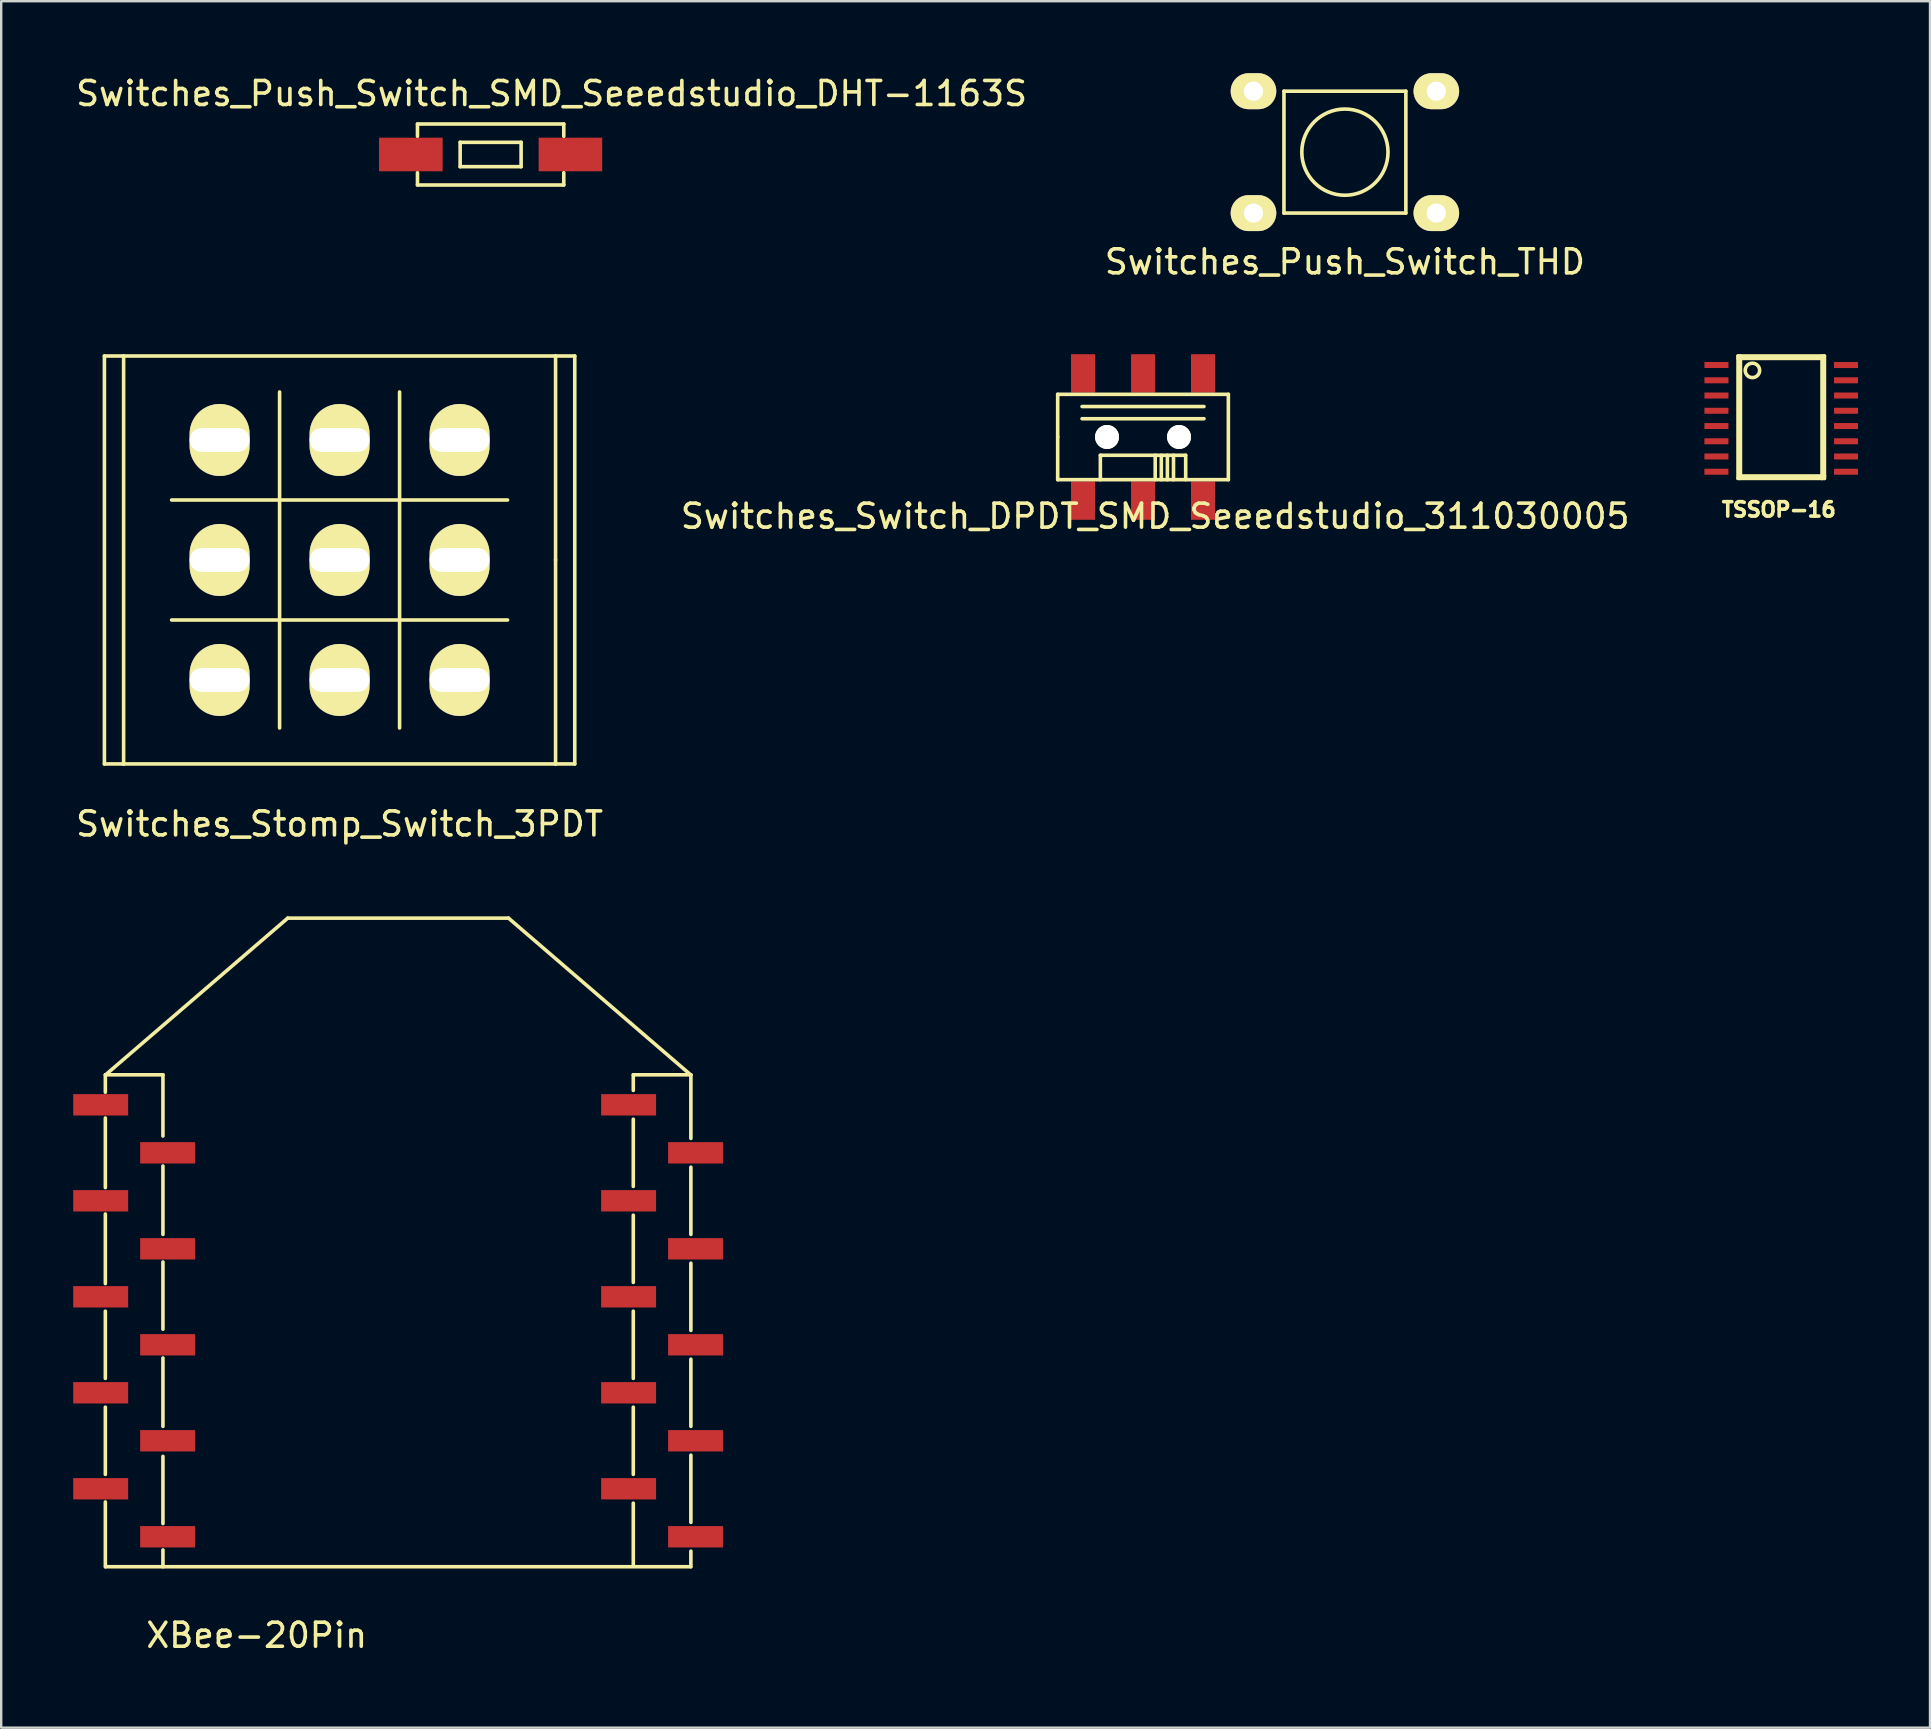
<source format=kicad_pcb>
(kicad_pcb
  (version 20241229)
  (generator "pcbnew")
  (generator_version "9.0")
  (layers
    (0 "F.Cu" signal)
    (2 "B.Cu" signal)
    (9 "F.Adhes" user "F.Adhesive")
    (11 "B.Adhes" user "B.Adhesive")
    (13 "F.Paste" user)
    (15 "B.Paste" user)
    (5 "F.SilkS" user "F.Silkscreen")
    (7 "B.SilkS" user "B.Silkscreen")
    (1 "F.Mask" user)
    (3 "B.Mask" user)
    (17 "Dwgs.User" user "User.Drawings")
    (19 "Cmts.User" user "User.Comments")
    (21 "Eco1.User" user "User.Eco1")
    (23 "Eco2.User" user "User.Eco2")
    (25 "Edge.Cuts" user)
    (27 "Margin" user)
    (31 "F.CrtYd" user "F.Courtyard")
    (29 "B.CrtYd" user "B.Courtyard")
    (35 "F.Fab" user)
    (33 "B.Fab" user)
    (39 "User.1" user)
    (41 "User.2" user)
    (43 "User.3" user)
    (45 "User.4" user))
  (footprint "Switches_Switch_DPDT_SMD_Seeedstudio_311030005"
    (layer "F.Cu")
    (at 44.581 15.16)
    (property "Reference" "Switches_Switch_DPDT_SMD_Seeedstudio_311030005" (at 0.508 3.302 0) (layer "F.SilkS") (effects (font (size 1 1) (thickness 0.15))))
    (attr through_hole)
    (fp_line (start -3.556 -1.778) (end 3.556 -1.778) (stroke (width 0.15) (type solid)) (layer "F.SilkS"))
    (fp_line (start -3.556 0) (end -3.556 -1.778) (stroke (width 0.15) (type solid)) (layer "F.SilkS"))
    (fp_line (start -3.556 1.778) (end -3.556 0) (stroke (width 0.15) (type solid)) (layer "F.SilkS"))
    (fp_line (start -2.54 -1.27) (end 2.54 -1.27) (stroke (width 0.15) (type solid)) (layer "F.SilkS"))
    (fp_line (start -1.778 0.762) (end 1.778 0.762) (stroke (width 0.15) (type solid)) (layer "F.SilkS"))
    (fp_line (start -1.778 1.778) (end -1.778 0.762) (stroke (width 0.15) (type solid)) (layer "F.SilkS"))
    (fp_line (start 0.508 1.778) (end 0.508 0.762) (stroke (width 0.15) (type solid)) (layer "F.SilkS"))
    (fp_line (start 0.762 0.762) (end 0.762 1.778) (stroke (width 0.15) (type solid)) (layer "F.SilkS"))
    (fp_line (start 1.016 1.778) (end 1.016 0.762) (stroke (width 0.15) (type solid)) (layer "F.SilkS"))
    (fp_line (start 1.27 0.762) (end 1.27 1.778) (stroke (width 0.15) (type solid)) (layer "F.SilkS"))
    (fp_line (start 1.778 0.762) (end 1.778 1.778) (stroke (width 0.15) (type solid)) (layer "F.SilkS"))
    (fp_line (start 2.54 -0.762) (end -2.54 -0.762) (stroke (width 0.15) (type solid)) (layer "F.SilkS"))
    (fp_line (start 3.556 -1.778) (end 3.556 1.778) (stroke (width 0.15) (type solid)) (layer "F.SilkS"))
    (fp_line (start 3.556 1.778) (end -3.556 1.778) (stroke (width 0.15) (type solid)) (layer "F.SilkS"))
    (pad "" np_thru_hole circle (at -1.5 0) (size 1 1) (drill 1) (layers "*.Cu" "*.Mask" "F.SilkS"))
    (pad "" np_thru_hole circle (at 1.5 0) (size 1 1) (drill 1) (layers "*.Cu" "*.Mask" "F.SilkS"))
    (pad "1" smd rect (at -2.5 2.65) (size 1 1.6) (layers "F.Cu" "F.Mask" "F.Paste"))
    (pad "2" smd rect (at 0 2.65) (size 1 1.6) (layers "F.Cu" "F.Mask" "F.Paste"))
    (pad "3" smd rect (at 2.5 2.65) (size 1 1.6) (layers "F.Cu" "F.Mask" "F.Paste"))
    (pad "4" smd rect (at -2.5 -2.65) (size 1 1.6) (layers "F.Cu" "F.Mask" "F.Paste"))
    (pad "5" smd rect (at 0 -2.65) (size 1 1.6) (layers "F.Cu" "F.Mask" "F.Paste"))
    (pad "6" smd rect (at 2.5 -2.65) (size 1 1.6) (layers "F.Cu" "F.Mask" "F.Paste")))
  (footprint "TSSOP-16"
    (layer "F.Cu")
    (at 71.176 14.385)
    (property "Reference" "TSSOP-16" (at -0.1 3.8 0) (layer "F.SilkS") (effects (font (size 0.6 0.6) (thickness 0.15))))
    (attr through_hole)
    (fp_line (start -1.8 -2.6) (end -1.8 2.5) (stroke (width 0.15) (type solid)) (layer "F.SilkS"))
    (fp_line (start -1.8 2.5) (end 1.8 2.5) (stroke (width 0.15) (type solid)) (layer "F.SilkS"))
    (fp_line (start -1.7 -2.6) (end -1.7 2.5) (stroke (width 0.15) (type solid)) (layer "F.SilkS"))
    (fp_line (start -1.7 2.4) (end 1.8 2.4) (stroke (width 0.15) (type solid)) (layer "F.SilkS"))
    (fp_line (start 1.7 -2.5) (end -1.8 -2.5) (stroke (width 0.15) (type solid)) (layer "F.SilkS"))
    (fp_line (start 1.7 2.5) (end 1.7 -2.6) (stroke (width 0.15) (type solid)) (layer "F.SilkS"))
    (fp_line (start 1.8 -2.6) (end -1.8 -2.6) (stroke (width 0.15) (type solid)) (layer "F.SilkS"))
    (fp_line (start 1.8 2.4) (end 1.7 2.5) (stroke (width 0.15) (type solid)) (layer "F.SilkS"))
    (fp_line (start 1.8 2.5) (end 1.8 -2.6) (stroke (width 0.15) (type solid)) (layer "F.SilkS"))
    (fp_circle (center -1.2 -2) (end -1.2 -2.3) (stroke (width 0.15) (type solid)) (fill no) (layer "F.SilkS"))
    (pad "1" smd rect (at -2.7 -2.225) (size 1 0.25) (layers "F.Cu" "F.Mask" "F.Paste"))
    (pad "2" smd rect (at -2.7 -1.587) (size 1 0.25) (layers "F.Cu" "F.Mask" "F.Paste"))
    (pad "3" smd rect (at -2.7 -0.953) (size 1 0.25) (layers "F.Cu" "F.Mask" "F.Paste"))
    (pad "4" smd rect (at -2.7 -0.318) (size 1 0.25) (layers "F.Cu" "F.Mask" "F.Paste"))
    (pad "5" smd rect (at -2.7 0.318) (size 1 0.25) (layers "F.Cu" "F.Mask" "F.Paste"))
    (pad "6" smd rect (at -2.7 0.953) (size 1 0.25) (layers "F.Cu" "F.Mask" "F.Paste"))
    (pad "7" smd rect (at -2.7 1.587) (size 1 0.25) (layers "F.Cu" "F.Mask" "F.Paste"))
    (pad "8" smd rect (at -2.7 2.223) (size 1 0.25) (layers "F.Cu" "F.Mask" "F.Paste"))
    (pad "9" smd rect (at 2.7 2.223) (size 1 0.25) (layers "F.Cu" "F.Mask" "F.Paste"))
    (pad "10" smd rect (at 2.7 1.587) (size 1 0.25) (layers "F.Cu" "F.Mask" "F.Paste"))
    (pad "11" smd rect (at 2.7 0.953) (size 1 0.25) (layers "F.Cu" "F.Mask" "F.Paste"))
    (pad "12" smd rect (at 2.7 0.318) (size 1 0.25) (layers "F.Cu" "F.Mask" "F.Paste"))
    (pad "13" smd rect (at 2.7 -0.318) (size 1 0.25) (layers "F.Cu" "F.Mask" "F.Paste"))
    (pad "14" smd rect (at 2.7 -0.953) (size 1 0.25) (layers "F.Cu" "F.Mask" "F.Paste"))
    (pad "15" smd rect (at 2.7 -1.587) (size 1 0.25) (layers "F.Cu" "F.Mask" "F.Paste"))
    (pad "16" smd rect (at 2.7 -2.223) (size 1 0.25) (layers "F.Cu" "F.Mask" "F.Paste")))
  (footprint "Switches_Stomp_Switch_3PDT"
    (layer "F.Cu")
    (at 11.101 20.285)
    (property "Reference" "Switches_Stomp_Switch_3PDT" (at 0 11 0) (layer "F.SilkS") (effects (font (size 1 1) (thickness 0.15))))
    (attr through_hole)
    (fp_line (start -9.8 -8.5) (end -9 -8.5) (stroke (width 0.15) (type solid)) (layer "F.SilkS"))
    (fp_line (start -9.8 8.5) (end -9.8 -8.5) (stroke (width 0.15) (type solid)) (layer "F.SilkS"))
    (fp_line (start -9 -8.5) (end 9 -8.5) (stroke (width 0.15) (type solid)) (layer "F.SilkS"))
    (fp_line (start -9 8.5) (end -9.8 8.5) (stroke (width 0.15) (type solid)) (layer "F.SilkS"))
    (fp_line (start -9 8.5) (end -9 -8.5) (stroke (width 0.15) (type solid)) (layer "F.SilkS"))
    (fp_line (start -9 8.5) (end 9 8.5) (stroke (width 0.15) (type solid)) (layer "F.SilkS"))
    (fp_line (start -7 -2.5) (end 7 -2.5) (stroke (width 0.15) (type solid)) (layer "F.SilkS"))
    (fp_line (start -2.5 -7) (end -2.5 7) (stroke (width 0.15) (type solid)) (layer "F.SilkS"))
    (fp_line (start 2.5 7) (end 2.5 -7) (stroke (width 0.15) (type solid)) (layer "F.SilkS"))
    (fp_line (start 7 2.5) (end -7 2.5) (stroke (width 0.15) (type solid)) (layer "F.SilkS"))
    (fp_line (start 9 -8.5) (end 9 0) (stroke (width 0.15) (type solid)) (layer "F.SilkS"))
    (fp_line (start 9 8.5) (end 9 0) (stroke (width 0.15) (type solid)) (layer "F.SilkS"))
    (fp_line (start 9.8 -8.5) (end 9 -8.5) (stroke (width 0.15) (type solid)) (layer "F.SilkS"))
    (fp_line (start 9.8 8.5) (end 9 8.5) (stroke (width 0.15) (type solid)) (layer "F.SilkS"))
    (fp_line (start 9.8 8.5) (end 9.8 -8.5) (stroke (width 0.15) (type solid)) (layer "F.SilkS"))
    (pad "1" thru_hole oval (at -5 -5) (size 2.5 3) (drill oval 2.5 1) (layers "*.Cu" "*.Mask" "F.SilkS"))
    (pad "2" thru_hole oval (at 0 -5) (size 2.5 3) (drill oval 2.5 1) (layers "*.Cu" "*.Mask" "F.SilkS"))
    (pad "3" thru_hole oval (at 5 -5) (size 2.5 3) (drill oval 2.5 1) (layers "*.Cu" "*.Mask" "F.SilkS"))
    (pad "4" thru_hole oval (at -5 0) (size 2.5 3) (drill oval 2.5 1) (layers "*.Cu" "*.Mask" "F.SilkS"))
    (pad "5" thru_hole oval (at 0 0) (size 2.5 3) (drill oval 2.5 1) (layers "*.Cu" "*.Mask" "F.SilkS"))
    (pad "6" thru_hole oval (at 5 0) (size 2.5 3) (drill oval 2.5 1) (layers "*.Cu" "*.Mask" "F.SilkS"))
    (pad "7" thru_hole oval (at -5 5) (size 2.5 3) (drill oval 2.5 1) (layers "*.Cu" "*.Mask" "F.SilkS"))
    (pad "8" thru_hole oval (at 0 5) (size 2.5 3) (drill oval 2.5 1) (layers "*.Cu" "*.Mask" "F.SilkS"))
    (pad "9" thru_hole oval (at 5 5) (size 2.5 3) (drill oval 2.5 1) (layers "*.Cu" "*.Mask" "F.SilkS")))
  (footprint "XBee-20Pin"
    (layer "F.Cu")
    (at 13.54 51.989)
    (property "Reference" "XBee-20Pin" (at -5.893 13.106 0) (layer "F.SilkS") (effects (font (size 1 1) (thickness 0.15))))
    (attr through_hole)
    (fp_line (start -12.2 -10.25) (end -9.8 -10.25) (stroke (width 0.15) (type solid)) (layer "F.SilkS"))
    (fp_line (start -12.2 -9.525) (end -12.2 -10.25) (stroke (width 0.15) (type solid)) (layer "F.SilkS"))
    (fp_line (start -12.2 -5.55) (end -12.2 -8.45) (stroke (width 0.15) (type solid)) (layer "F.SilkS"))
    (fp_line (start -12.2 -1.55) (end -12.2 -4.45) (stroke (width 0.15) (type solid)) (layer "F.SilkS"))
    (fp_line (start -12.2 2.4) (end -12.2 -0.4) (stroke (width 0.15) (type solid)) (layer "F.SilkS"))
    (fp_line (start -12.2 6.4) (end -12.2 3.6) (stroke (width 0.15) (type solid)) (layer "F.SilkS"))
    (fp_line (start -12.2 10.25) (end -12.2 7.55) (stroke (width 0.15) (type solid)) (layer "F.SilkS"))
    (fp_line (start -12.19 -10.25) (end -4.6 -16.78) (stroke (width 0.15) (type solid)) (layer "F.SilkS"))
    (fp_line (start -12.19 10.25) (end 12.19 10.25) (stroke (width 0.15) (type solid)) (layer "F.SilkS"))
    (fp_line (start -9.8 -10.25) (end -9.8 -7.7) (stroke (width 0.15) (type solid)) (layer "F.SilkS"))
    (fp_line (start -9.8 -6.45) (end -9.8 -3.6) (stroke (width 0.15) (type solid)) (layer "F.SilkS"))
    (fp_line (start -9.8 -2.45) (end -9.8 0.35) (stroke (width 0.15) (type solid)) (layer "F.SilkS"))
    (fp_line (start -9.8 1.55) (end -9.8 4.4) (stroke (width 0.15) (type solid)) (layer "F.SilkS"))
    (fp_line (start -9.8 5.65) (end -9.8 8.45) (stroke (width 0.15) (type solid)) (layer "F.SilkS"))
    (fp_line (start -9.8 9.55) (end -9.8 10.25) (stroke (width 0.15) (type solid)) (layer "F.SilkS"))
    (fp_line (start -4.6 -16.78) (end 4.6 -16.78) (stroke (width 0.15) (type solid)) (layer "F.SilkS"))
    (fp_line (start 4.6 -16.78) (end 12.19 -10.25) (stroke (width 0.15) (type solid)) (layer "F.SilkS"))
    (fp_line (start 9.8 -10.25) (end 9.8 -9.6) (stroke (width 0.15) (type solid)) (layer "F.SilkS"))
    (fp_line (start 9.8 -8.4) (end 9.8 -5.6) (stroke (width 0.15) (type solid)) (layer "F.SilkS"))
    (fp_line (start 9.8 -4.4) (end 9.8 -1.6) (stroke (width 0.15) (type solid)) (layer "F.SilkS"))
    (fp_line (start 9.8 -0.4) (end 9.8 2.4) (stroke (width 0.15) (type solid)) (layer "F.SilkS"))
    (fp_line (start 9.8 3.6) (end 9.8 6.4) (stroke (width 0.15) (type solid)) (layer "F.SilkS"))
    (fp_line (start 9.8 7.6) (end 9.8 10.2) (stroke (width 0.15) (type solid)) (layer "F.SilkS"))
    (fp_line (start 12.2 -10.25) (end 9.8 -10.25) (stroke (width 0.15) (type solid)) (layer "F.SilkS"))
    (fp_line (start 12.2 -10.25) (end 12.2 -7.6) (stroke (width 0.15) (type solid)) (layer "F.SilkS"))
    (fp_line (start 12.2 -6.4) (end 12.2 -3.6) (stroke (width 0.15) (type solid)) (layer "F.SilkS"))
    (fp_line (start 12.2 -2.4) (end 12.2 0.4) (stroke (width 0.15) (type solid)) (layer "F.SilkS"))
    (fp_line (start 12.2 1.6) (end 12.2 4.4) (stroke (width 0.15) (type solid)) (layer "F.SilkS"))
    (fp_line (start 12.2 5.6) (end 12.2 8.4) (stroke (width 0.15) (type solid)) (layer "F.SilkS"))
    (fp_line (start 12.2 9.6) (end 12.2 10.25) (stroke (width 0.15) (type solid)) (layer "F.SilkS"))
    (pad "1" smd rect (at -12.395 -9) (size 2.29 0.89) (layers "F.Cu" "F.Mask" "F.Paste"))
    (pad "2" smd rect (at -9.605 -7) (size 2.29 0.89) (layers "F.Cu" "F.Mask" "F.Paste"))
    (pad "3" smd rect (at -12.395 -5) (size 2.29 0.89) (layers "F.Cu" "F.Mask" "F.Paste"))
    (pad "4" smd rect (at -9.605 -3) (size 2.29 0.89) (layers "F.Cu" "F.Mask" "F.Paste"))
    (pad "5" smd rect (at -12.395 -1) (size 2.29 0.89) (layers "F.Cu" "F.Mask" "F.Paste"))
    (pad "6" smd rect (at -9.605 1) (size 2.29 0.89) (layers "F.Cu" "F.Mask" "F.Paste"))
    (pad "7" smd rect (at -12.395 3) (size 2.29 0.89) (layers "F.Cu" "F.Mask" "F.Paste"))
    (pad "8" smd rect (at -9.605 5) (size 2.29 0.89) (layers "F.Cu" "F.Mask" "F.Paste"))
    (pad "9" smd rect (at -12.395 7) (size 2.29 0.89) (layers "F.Cu" "F.Mask" "F.Paste"))
    (pad "10" smd rect (at -9.605 9) (size 2.29 0.89) (layers "F.Cu" "F.Mask" "F.Paste"))
    (pad "11" smd rect (at 12.395 9) (size 2.29 0.89) (layers "F.Cu" "F.Mask" "F.Paste"))
    (pad "12" smd rect (at 9.605 7) (size 2.29 0.89) (layers "F.Cu" "F.Mask" "F.Paste"))
    (pad "13" smd rect (at 12.395 5) (size 2.29 0.89) (layers "F.Cu" "F.Mask" "F.Paste"))
    (pad "14" smd rect (at 9.605 3) (size 2.29 0.89) (layers "F.Cu" "F.Mask" "F.Paste"))
    (pad "15" smd rect (at 12.395 1) (size 2.29 0.89) (layers "F.Cu" "F.Mask" "F.Paste"))
    (pad "16" smd rect (at 9.605 -1) (size 2.29 0.89) (layers "F.Cu" "F.Mask" "F.Paste"))
    (pad "17" smd rect (at 12.395 -3) (size 2.29 0.89) (layers "F.Cu" "F.Mask" "F.Paste"))
    (pad "18" smd rect (at 9.605 -5) (size 2.29 0.89) (layers "F.Cu" "F.Mask" "F.Paste"))
    (pad "19" smd rect (at 12.395 -7) (size 2.29 0.89) (layers "F.Cu" "F.Mask" "F.Paste"))
    (pad "20" smd rect (at 9.605 -9) (size 2.29 0.89) (layers "F.Cu" "F.Mask" "F.Paste")))
  (footprint "Switches_Push_Switch_SMD_Seeedstudio_DHT-1163S"
    (layer "F.Cu")
    (at 17.395 3.388)
    (property "Reference" "Switches_Push_Switch_SMD_Seeedstudio_DHT-1163S" (at 2.54 -2.54 0) (layer "F.SilkS") (effects (font (size 1 1) (thickness 0.15))))
    (attr through_hole)
    (fp_line (start -3.048 -1.27) (end 3.048 -1.27) (stroke (width 0.15) (type solid)) (layer "F.SilkS"))
    (fp_line (start -3.048 -0.762) (end -3.048 -1.27) (stroke (width 0.15) (type solid)) (layer "F.SilkS"))
    (fp_line (start -3.048 1.27) (end -3.048 0.762) (stroke (width 0.15) (type solid)) (layer "F.SilkS"))
    (fp_line (start -1.27 -0.508) (end -1.27 0.508) (stroke (width 0.15) (type solid)) (layer "F.SilkS"))
    (fp_line (start -1.27 0.508) (end 1.27 0.508) (stroke (width 0.15) (type solid)) (layer "F.SilkS"))
    (fp_line (start 1.27 -0.508) (end -1.27 -0.508) (stroke (width 0.15) (type solid)) (layer "F.SilkS"))
    (fp_line (start 1.27 0.508) (end 1.27 -0.508) (stroke (width 0.15) (type solid)) (layer "F.SilkS"))
    (fp_line (start 3.048 -1.27) (end 3.048 -0.762) (stroke (width 0.15) (type solid)) (layer "F.SilkS"))
    (fp_line (start 3.048 0.762) (end 3.048 1.27) (stroke (width 0.15) (type solid)) (layer "F.SilkS"))
    (fp_line (start 3.048 1.27) (end -3.048 1.27) (stroke (width 0.15) (type solid)) (layer "F.SilkS"))
    (pad "1" smd rect (at -3.325 0) (size 2.65 1.4) (layers "F.Cu" "F.Mask" "F.Paste"))
    (pad "2" smd rect (at 3.325 0) (size 2.65 1.4) (layers "F.Cu" "F.Mask" "F.Paste")))
  (footprint "Switches_Push_Switch_THD"
    (layer "F.Cu")
    (at 52.994 3.29)
    (property "Reference" "Switches_Push_Switch_THD" (at 0 4.572 0) (layer "F.SilkS") (effects (font (size 1 1) (thickness 0.15))))
    (attr through_hole)
    (fp_line (start -2.54 -2.54) (end 2.54 -2.54) (stroke (width 0.15) (type solid)) (layer "F.SilkS"))
    (fp_line (start -2.54 2.54) (end -2.54 -2.54) (stroke (width 0.15) (type solid)) (layer "F.SilkS"))
    (fp_line (start 2.54 -2.54) (end 2.54 2.54) (stroke (width 0.15) (type solid)) (layer "F.SilkS"))
    (fp_line (start 2.54 2.54) (end -2.54 2.54) (stroke (width 0.15) (type solid)) (layer "F.SilkS"))
    (fp_circle (center 0 0) (end -1.27 -1.27) (stroke (width 0.15) (type solid)) (fill no) (layer "F.SilkS"))
    (pad "1" thru_hole oval (at -3.81 -2.54) (size 1.9 1.5) (drill 0.8) (layers "*.Cu" "*.Mask" "F.SilkS"))
    (pad "2" thru_hole oval (at -3.81 2.54) (size 1.9 1.5) (drill 0.8) (layers "*.Cu" "*.Mask" "F.SilkS"))
    (pad "3" thru_hole oval (at 3.81 -2.54) (size 1.9 1.5) (drill 0.8) (layers "*.Cu" "*.Mask" "F.SilkS"))
    (pad "4" thru_hole oval (at 3.81 2.54) (size 1.9 1.5) (drill 0.8) (layers "*.Cu" "*.Mask" "F.SilkS")))
  (gr_rect
    (start -3 -3)
    (end 77.376 68.943)
    (stroke (width 0.1) (type default))
    (fill no)
    (layer "Edge.Cuts")))
</source>
